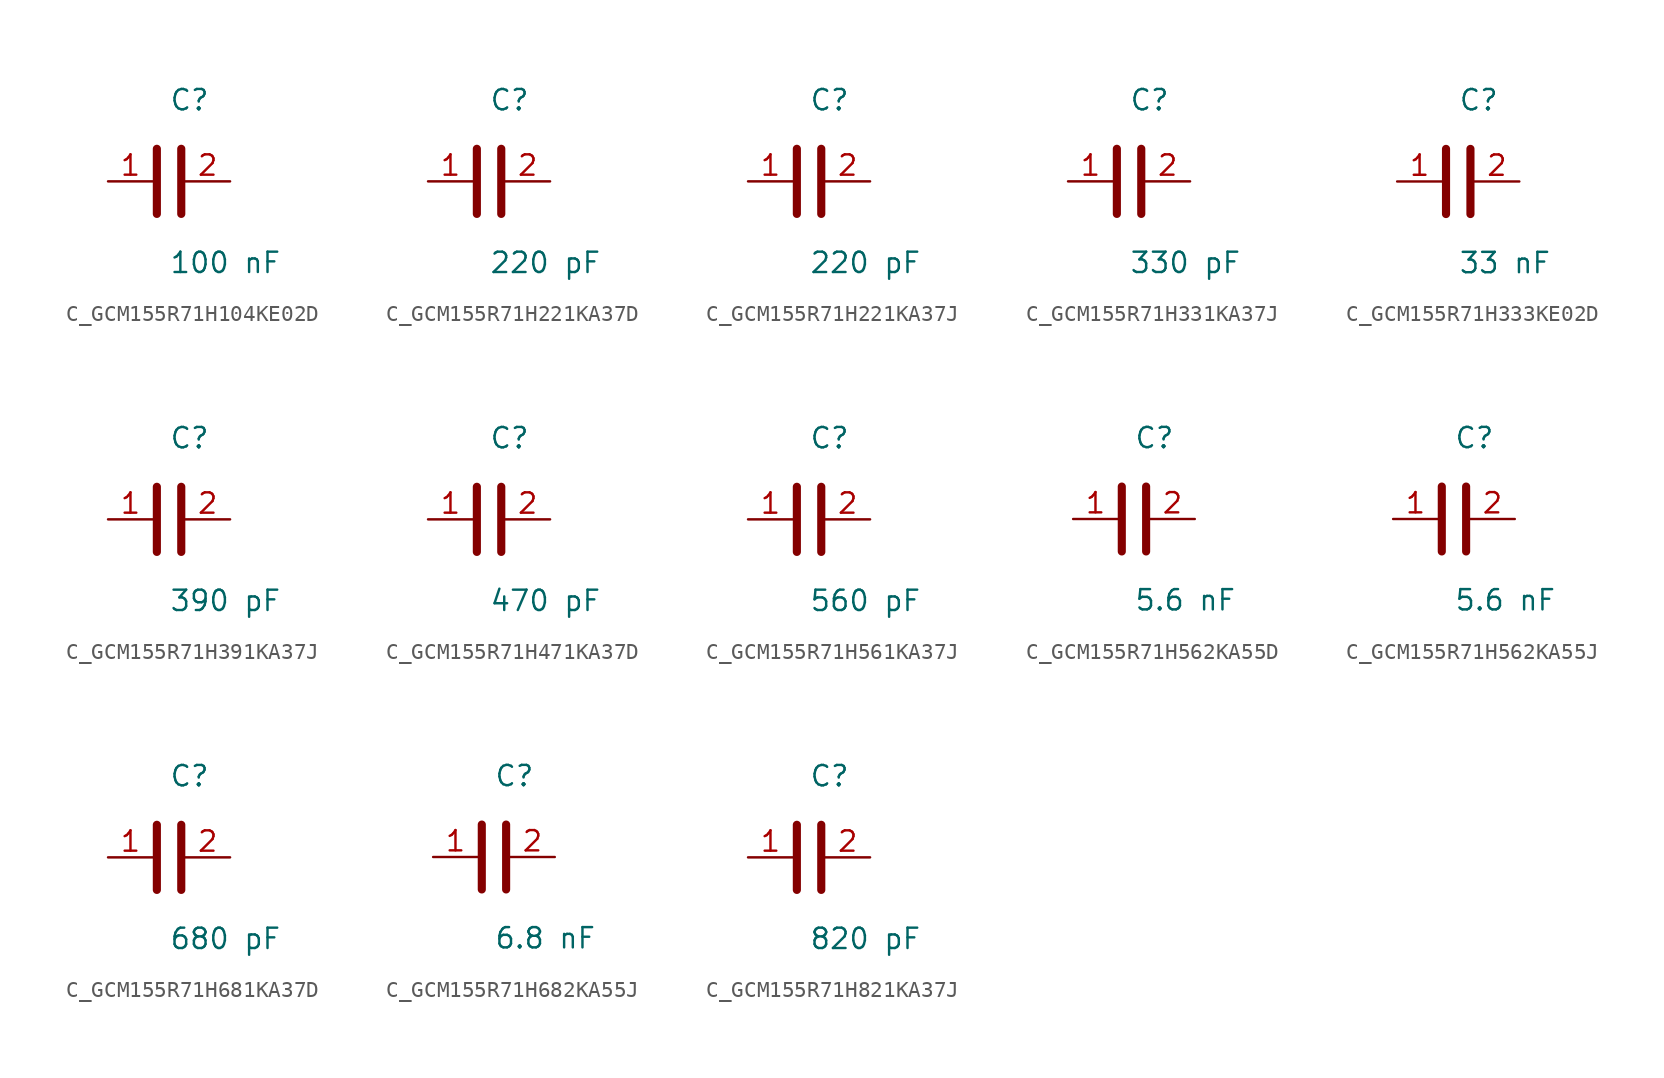
<source format=kicad_sym>
(kicad_symbol_lib
  (version 20231120)
  (generator kicad_symbol_editor)
  (generator_version 8.0)
  (symbol "C_GCM155R71H104KE02D"
    (pin_names
      (offset 0.254))
    (property "Reference" "C"
      (at 0.0 5.08 0)
      (effects (font (size 1.27 1.27)) (justify left)))
    (property "Value" "100 nF"
      (at 0.0 -5.08 0)
      (effects (font (size 1.27 1.27)) (justify left)))
    (symbol "C_GCM155R71H104KE02D_0_1"
      (polyline (pts (xy -0.762 -2.032) (xy -0.762 2.032)) (stroke (width 0.508) (type default)) (fill (type none)))
      (polyline (pts (xy 0.762 -2.032) (xy 0.762 2.032)) (stroke (width 0.508) (type default)) (fill (type none))))
    (pin unspecified line
      (at -3.81 0 0)
      (length 2.8)
      (name "" (effects (font (size 1.27 1.27))))
      (number "1" (effects (font (size 1.27 1.27)))))
    (pin unspecified line
      (at 3.81 0 180)
      (length 2.8)
      (name "" (effects (font (size 1.27 1.27))))
      (number "2" (effects (font (size 1.27 1.27))))))
  (symbol "C_GCM155R71H221KA37D"
    (pin_names
      (offset 0.254))
    (property "Reference" "C"
      (at 0.0 5.08 0)
      (effects (font (size 1.27 1.27)) (justify left)))
    (property "Value" "220 pF"
      (at 0.0 -5.08 0)
      (effects (font (size 1.27 1.27)) (justify left)))
    (symbol "C_GCM155R71H221KA37D_0_1"
      (polyline (pts (xy -0.762 -2.032) (xy -0.762 2.032)) (stroke (width 0.508) (type default)) (fill (type none)))
      (polyline (pts (xy 0.762 -2.032) (xy 0.762 2.032)) (stroke (width 0.508) (type default)) (fill (type none))))
    (pin unspecified line
      (at -3.81 0 0)
      (length 2.8)
      (name "" (effects (font (size 1.27 1.27))))
      (number "1" (effects (font (size 1.27 1.27)))))
    (pin unspecified line
      (at 3.81 0 180)
      (length 2.8)
      (name "" (effects (font (size 1.27 1.27))))
      (number "2" (effects (font (size 1.27 1.27))))))
  (symbol "C_GCM155R71H221KA37J"
    (pin_names
      (offset 0.254))
    (property "Reference" "C"
      (at 0.0 5.08 0)
      (effects (font (size 1.27 1.27)) (justify left)))
    (property "Value" "220 pF"
      (at 0.0 -5.08 0)
      (effects (font (size 1.27 1.27)) (justify left)))
    (symbol "C_GCM155R71H221KA37J_0_1"
      (polyline (pts (xy -0.762 -2.032) (xy -0.762 2.032)) (stroke (width 0.508) (type default)) (fill (type none)))
      (polyline (pts (xy 0.762 -2.032) (xy 0.762 2.032)) (stroke (width 0.508) (type default)) (fill (type none))))
    (pin unspecified line
      (at -3.81 0 0)
      (length 2.8)
      (name "" (effects (font (size 1.27 1.27))))
      (number "1" (effects (font (size 1.27 1.27)))))
    (pin unspecified line
      (at 3.81 0 180)
      (length 2.8)
      (name "" (effects (font (size 1.27 1.27))))
      (number "2" (effects (font (size 1.27 1.27))))))
  (symbol "C_GCM155R71H331KA37J"
    (pin_names
      (offset 0.254))
    (property "Reference" "C"
      (at 0.0 5.08 0)
      (effects (font (size 1.27 1.27)) (justify left)))
    (property "Value" "330 pF"
      (at 0.0 -5.08 0)
      (effects (font (size 1.27 1.27)) (justify left)))
    (symbol "C_GCM155R71H331KA37J_0_1"
      (polyline (pts (xy -0.762 -2.032) (xy -0.762 2.032)) (stroke (width 0.508) (type default)) (fill (type none)))
      (polyline (pts (xy 0.762 -2.032) (xy 0.762 2.032)) (stroke (width 0.508) (type default)) (fill (type none))))
    (pin unspecified line
      (at -3.81 0 0)
      (length 2.8)
      (name "" (effects (font (size 1.27 1.27))))
      (number "1" (effects (font (size 1.27 1.27)))))
    (pin unspecified line
      (at 3.81 0 180)
      (length 2.8)
      (name "" (effects (font (size 1.27 1.27))))
      (number "2" (effects (font (size 1.27 1.27))))))
  (symbol "C_GCM155R71H333KE02D"
    (pin_names
      (offset 0.254))
    (property "Reference" "C"
      (at 0.0 5.08 0)
      (effects (font (size 1.27 1.27)) (justify left)))
    (property "Value" "33 nF"
      (at 0.0 -5.08 0)
      (effects (font (size 1.27 1.27)) (justify left)))
    (symbol "C_GCM155R71H333KE02D_0_1"
      (polyline (pts (xy -0.762 -2.032) (xy -0.762 2.032)) (stroke (width 0.508) (type default)) (fill (type none)))
      (polyline (pts (xy 0.762 -2.032) (xy 0.762 2.032)) (stroke (width 0.508) (type default)) (fill (type none))))
    (pin unspecified line
      (at -3.81 0 0)
      (length 2.8)
      (name "" (effects (font (size 1.27 1.27))))
      (number "1" (effects (font (size 1.27 1.27)))))
    (pin unspecified line
      (at 3.81 0 180)
      (length 2.8)
      (name "" (effects (font (size 1.27 1.27))))
      (number "2" (effects (font (size 1.27 1.27))))))
  (symbol "C_GCM155R71H391KA37J"
    (pin_names
      (offset 0.254))
    (property "Reference" "C"
      (at 0.0 5.08 0)
      (effects (font (size 1.27 1.27)) (justify left)))
    (property "Value" "390 pF"
      (at 0.0 -5.08 0)
      (effects (font (size 1.27 1.27)) (justify left)))
    (symbol "C_GCM155R71H391KA37J_0_1"
      (polyline (pts (xy -0.762 -2.032) (xy -0.762 2.032)) (stroke (width 0.508) (type default)) (fill (type none)))
      (polyline (pts (xy 0.762 -2.032) (xy 0.762 2.032)) (stroke (width 0.508) (type default)) (fill (type none))))
    (pin unspecified line
      (at -3.81 0 0)
      (length 2.8)
      (name "" (effects (font (size 1.27 1.27))))
      (number "1" (effects (font (size 1.27 1.27)))))
    (pin unspecified line
      (at 3.81 0 180)
      (length 2.8)
      (name "" (effects (font (size 1.27 1.27))))
      (number "2" (effects (font (size 1.27 1.27))))))
  (symbol "C_GCM155R71H471KA37D"
    (pin_names
      (offset 0.254))
    (property "Reference" "C"
      (at 0.0 5.08 0)
      (effects (font (size 1.27 1.27)) (justify left)))
    (property "Value" "470 pF"
      (at 0.0 -5.08 0)
      (effects (font (size 1.27 1.27)) (justify left)))
    (symbol "C_GCM155R71H471KA37D_0_1"
      (polyline (pts (xy -0.762 -2.032) (xy -0.762 2.032)) (stroke (width 0.508) (type default)) (fill (type none)))
      (polyline (pts (xy 0.762 -2.032) (xy 0.762 2.032)) (stroke (width 0.508) (type default)) (fill (type none))))
    (pin unspecified line
      (at -3.81 0 0)
      (length 2.8)
      (name "" (effects (font (size 1.27 1.27))))
      (number "1" (effects (font (size 1.27 1.27)))))
    (pin unspecified line
      (at 3.81 0 180)
      (length 2.8)
      (name "" (effects (font (size 1.27 1.27))))
      (number "2" (effects (font (size 1.27 1.27))))))
  (symbol "C_GCM155R71H561KA37J"
    (pin_names
      (offset 0.254))
    (property "Reference" "C"
      (at 0.0 5.08 0)
      (effects (font (size 1.27 1.27)) (justify left)))
    (property "Value" "560 pF"
      (at 0.0 -5.08 0)
      (effects (font (size 1.27 1.27)) (justify left)))
    (symbol "C_GCM155R71H561KA37J_0_1"
      (polyline (pts (xy -0.762 -2.032) (xy -0.762 2.032)) (stroke (width 0.508) (type default)) (fill (type none)))
      (polyline (pts (xy 0.762 -2.032) (xy 0.762 2.032)) (stroke (width 0.508) (type default)) (fill (type none))))
    (pin unspecified line
      (at -3.81 0 0)
      (length 2.8)
      (name "" (effects (font (size 1.27 1.27))))
      (number "1" (effects (font (size 1.27 1.27)))))
    (pin unspecified line
      (at 3.81 0 180)
      (length 2.8)
      (name "" (effects (font (size 1.27 1.27))))
      (number "2" (effects (font (size 1.27 1.27))))))
  (symbol "C_GCM155R71H562KA55D"
    (pin_names
      (offset 0.254))
    (property "Reference" "C"
      (at 0.0 5.08 0)
      (effects (font (size 1.27 1.27)) (justify left)))
    (property "Value" "5.6 nF"
      (at 0.0 -5.08 0)
      (effects (font (size 1.27 1.27)) (justify left)))
    (symbol "C_GCM155R71H562KA55D_0_1"
      (polyline (pts (xy -0.762 -2.032) (xy -0.762 2.032)) (stroke (width 0.508) (type default)) (fill (type none)))
      (polyline (pts (xy 0.762 -2.032) (xy 0.762 2.032)) (stroke (width 0.508) (type default)) (fill (type none))))
    (pin unspecified line
      (at -3.81 0 0)
      (length 2.8)
      (name "" (effects (font (size 1.27 1.27))))
      (number "1" (effects (font (size 1.27 1.27)))))
    (pin unspecified line
      (at 3.81 0 180)
      (length 2.8)
      (name "" (effects (font (size 1.27 1.27))))
      (number "2" (effects (font (size 1.27 1.27))))))
  (symbol "C_GCM155R71H562KA55J"
    (pin_names
      (offset 0.254))
    (property "Reference" "C"
      (at 0.0 5.08 0)
      (effects (font (size 1.27 1.27)) (justify left)))
    (property "Value" "5.6 nF"
      (at 0.0 -5.08 0)
      (effects (font (size 1.27 1.27)) (justify left)))
    (symbol "C_GCM155R71H562KA55J_0_1"
      (polyline (pts (xy -0.762 -2.032) (xy -0.762 2.032)) (stroke (width 0.508) (type default)) (fill (type none)))
      (polyline (pts (xy 0.762 -2.032) (xy 0.762 2.032)) (stroke (width 0.508) (type default)) (fill (type none))))
    (pin unspecified line
      (at -3.81 0 0)
      (length 2.8)
      (name "" (effects (font (size 1.27 1.27))))
      (number "1" (effects (font (size 1.27 1.27)))))
    (pin unspecified line
      (at 3.81 0 180)
      (length 2.8)
      (name "" (effects (font (size 1.27 1.27))))
      (number "2" (effects (font (size 1.27 1.27))))))
  (symbol "C_GCM155R71H681KA37D"
    (pin_names
      (offset 0.254))
    (property "Reference" "C"
      (at 0.0 5.08 0)
      (effects (font (size 1.27 1.27)) (justify left)))
    (property "Value" "680 pF"
      (at 0.0 -5.08 0)
      (effects (font (size 1.27 1.27)) (justify left)))
    (symbol "C_GCM155R71H681KA37D_0_1"
      (polyline (pts (xy -0.762 -2.032) (xy -0.762 2.032)) (stroke (width 0.508) (type default)) (fill (type none)))
      (polyline (pts (xy 0.762 -2.032) (xy 0.762 2.032)) (stroke (width 0.508) (type default)) (fill (type none))))
    (pin unspecified line
      (at -3.81 0 0)
      (length 2.8)
      (name "" (effects (font (size 1.27 1.27))))
      (number "1" (effects (font (size 1.27 1.27)))))
    (pin unspecified line
      (at 3.81 0 180)
      (length 2.8)
      (name "" (effects (font (size 1.27 1.27))))
      (number "2" (effects (font (size 1.27 1.27))))))
  (symbol "C_GCM155R71H682KA55J"
    (pin_names
      (offset 0.254))
    (property "Reference" "C"
      (at 0.0 5.08 0)
      (effects (font (size 1.27 1.27)) (justify left)))
    (property "Value" "6.8 nF"
      (at 0.0 -5.08 0)
      (effects (font (size 1.27 1.27)) (justify left)))
    (symbol "C_GCM155R71H682KA55J_0_1"
      (polyline (pts (xy -0.762 -2.032) (xy -0.762 2.032)) (stroke (width 0.508) (type default)) (fill (type none)))
      (polyline (pts (xy 0.762 -2.032) (xy 0.762 2.032)) (stroke (width 0.508) (type default)) (fill (type none))))
    (pin unspecified line
      (at -3.81 0 0)
      (length 2.8)
      (name "" (effects (font (size 1.27 1.27))))
      (number "1" (effects (font (size 1.27 1.27)))))
    (pin unspecified line
      (at 3.81 0 180)
      (length 2.8)
      (name "" (effects (font (size 1.27 1.27))))
      (number "2" (effects (font (size 1.27 1.27))))))
  (symbol "C_GCM155R71H821KA37J"
    (pin_names
      (offset 0.254))
    (property "Reference" "C"
      (at 0.0 5.08 0)
      (effects (font (size 1.27 1.27)) (justify left)))
    (property "Value" "820 pF"
      (at 0.0 -5.08 0)
      (effects (font (size 1.27 1.27)) (justify left)))
    (symbol "C_GCM155R71H821KA37J_0_1"
      (polyline (pts (xy -0.762 -2.032) (xy -0.762 2.032)) (stroke (width 0.508) (type default)) (fill (type none)))
      (polyline (pts (xy 0.762 -2.032) (xy 0.762 2.032)) (stroke (width 0.508) (type default)) (fill (type none))))
    (pin unspecified line
      (at -3.81 0 0)
      (length 2.8)
      (name "" (effects (font (size 1.27 1.27))))
      (number "1" (effects (font (size 1.27 1.27)))))
    (pin unspecified line
      (at 3.81 0 180)
      (length 2.8)
      (name "" (effects (font (size 1.27 1.27))))
      (number "2" (effects (font (size 1.27 1.27)))))))
</source>
